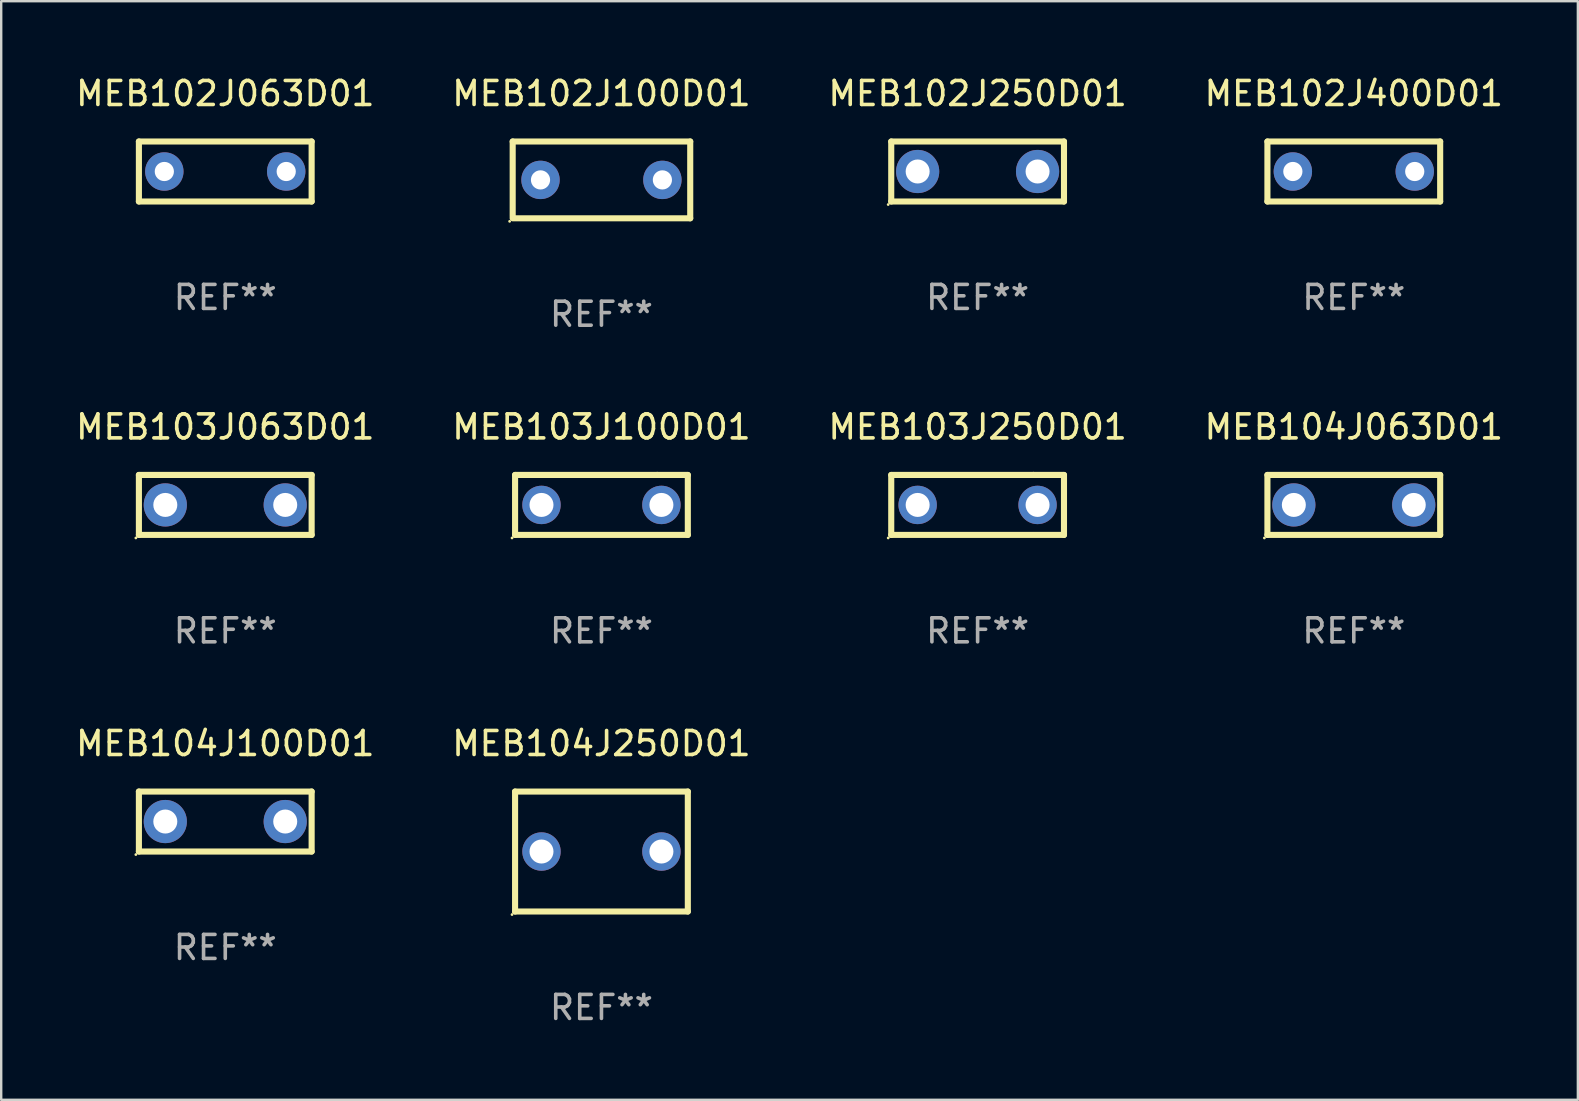
<source format=kicad_pcb>
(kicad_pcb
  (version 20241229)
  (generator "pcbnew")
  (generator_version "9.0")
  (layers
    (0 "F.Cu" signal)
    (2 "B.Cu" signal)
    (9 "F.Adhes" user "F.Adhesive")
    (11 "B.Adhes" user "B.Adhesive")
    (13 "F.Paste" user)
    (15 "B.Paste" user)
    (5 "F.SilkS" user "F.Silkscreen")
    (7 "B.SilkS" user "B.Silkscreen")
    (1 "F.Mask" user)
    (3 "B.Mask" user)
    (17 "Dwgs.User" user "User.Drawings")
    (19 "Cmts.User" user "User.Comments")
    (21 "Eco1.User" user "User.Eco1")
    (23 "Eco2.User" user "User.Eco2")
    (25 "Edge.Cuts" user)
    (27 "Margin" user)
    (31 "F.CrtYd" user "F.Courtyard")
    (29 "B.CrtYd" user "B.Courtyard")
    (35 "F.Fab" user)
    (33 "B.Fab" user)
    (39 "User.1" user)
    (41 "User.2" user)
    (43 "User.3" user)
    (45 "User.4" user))
  (footprint "MEB104J250D01"
    (layer "F.Cu")
    (at 22.018 32.441)
    (property "Reference" "MEB104J250D01" (at 0 -4.5 0) (layer "F.SilkS") (effects (font (size 1 1) (thickness 0.15))))
    (attr through_hole)
    (fp_line (start -3.6 -2.5) (end 3.6 -2.5) (stroke (width 0.254) (type solid)) (layer "F.SilkS"))
    (fp_line (start -3.6 2.5) (end -3.6 -2.5) (stroke (width 0.254) (type solid)) (layer "F.SilkS"))
    (fp_line (start -3.6 2.5) (end 3.6 2.5) (stroke (width 0.254) (type solid)) (layer "F.SilkS"))
    (fp_line (start 3.6 -2.5) (end 3.6 2.5) (stroke (width 0.254) (type solid)) (layer "F.SilkS"))
    (fp_circle (center -3.727 2.627) (end -3.697 2.627) (stroke (width 0.06) (type solid)) (fill no) (layer "F.SilkS"))
    (fp_text user "REF**" (at 0 6.5 0) (layer "F.Fab") (effects (font (size 1 1) (thickness 0.15))))
    (pad "1" thru_hole circle (at -2.499 0) (size 1.6 1.6) (drill 1) (layers "*.Cu" "*.Mask"))
    (pad "2" thru_hole circle (at 2.499 0) (size 1.6 1.6) (drill 1) (layers "*.Cu" "*.Mask")))
  (footprint "MEB102J250D01"
    (layer "F.Cu")
    (at 37.696 4.098)
    (property "Reference" "MEB102J250D01" (at 0 -3.25 0) (layer "F.SilkS") (effects (font (size 1 1) (thickness 0.15))))
    (attr through_hole)
    (fp_line (start -3.6 -1.25) (end 3.6 -1.25) (stroke (width 0.254) (type solid)) (layer "F.SilkS"))
    (fp_line (start -3.6 1.25) (end -3.6 -1.25) (stroke (width 0.254) (type solid)) (layer "F.SilkS"))
    (fp_line (start -3.6 1.25) (end 3.6 1.25) (stroke (width 0.254) (type solid)) (layer "F.SilkS"))
    (fp_line (start 3.6 -1.25) (end 3.6 1.25) (stroke (width 0.254) (type solid)) (layer "F.SilkS"))
    (fp_circle (center -3.727 1.377) (end -3.697 1.377) (stroke (width 0.06) (type solid)) (fill no) (layer "F.SilkS"))
    (fp_text user "REF**" (at 0 5.25 0) (layer "F.Fab") (effects (font (size 1 1) (thickness 0.15))))
    (pad "1" thru_hole circle (at -2.499 -0.000013) (size 1.8 1.8) (drill 1) (layers "*.Cu" "*.Mask"))
    (pad "2" thru_hole circle (at 2.499 -0.000013) (size 1.8 1.8) (drill 1) (layers "*.Cu" "*.Mask")))
  (footprint "MEB102J063D01"
    (layer "F.Cu")
    (at 6.339 4.098)
    (property "Reference" "MEB102J063D01" (at 0 -3.25 0) (layer "F.SilkS") (effects (font (size 1 1) (thickness 0.15))))
    (attr through_hole)
    (fp_line (start -3.6 -1.25) (end -3.6 1.25) (stroke (width 0.254) (type solid)) (layer "F.SilkS"))
    (fp_line (start -3.6 -1.25) (end 3.6 -1.25) (stroke (width 0.254) (type solid)) (layer "F.SilkS"))
    (fp_line (start 3.6 1.25) (end -3.6 1.25) (stroke (width 0.254) (type solid)) (layer "F.SilkS"))
    (fp_line (start 3.6 1.25) (end 3.6 -1.25) (stroke (width 0.254) (type solid)) (layer "F.SilkS"))
    (fp_circle (center -3.6 1.25) (end -3.57 1.25) (stroke (width 0.06) (type solid)) (fill no) (layer "F.SilkS"))
    (fp_text user "REF**" (at 0 5.25 0) (layer "F.Fab") (effects (font (size 1 1) (thickness 0.15))))
    (pad "1" thru_hole circle (at -2.54 0) (size 1.6 1.6) (drill 0.8) (layers "*.Cu" "*.Mask"))
    (pad "2" thru_hole circle (at 2.54 0) (size 1.6 1.6) (drill 0.8) (layers "*.Cu" "*.Mask")))
  (footprint "MEB103J250D01"
    (layer "F.Cu")
    (at 37.696 17.995)
    (property "Reference" "MEB103J250D01" (at 0 -3.25 0) (layer "F.SilkS") (effects (font (size 1 1) (thickness 0.15))))
    (attr through_hole)
    (fp_line (start -3.6 1.25) (end -3.6 -1.25) (stroke (width 0.254) (type solid)) (layer "F.SilkS"))
    (fp_line (start -3.6 1.25) (end 3.6 1.25) (stroke (width 0.254) (type solid)) (layer "F.SilkS"))
    (fp_line (start -3.6 -1.25) (end 2.326 -1.25) (stroke (width 0.254) (type solid)) (layer "F.SilkS"))
    (fp_line (start 2.326 -1.25) (end 2.326 -1.25) (stroke (width 0.254) (type solid)) (layer "F.SilkS"))
    (fp_line (start 2.326 -1.25) (end 3.6 -1.25) (stroke (width 0.254) (type solid)) (layer "F.SilkS"))
    (fp_line (start 3.6 -1.25) (end 3.6 1.25) (stroke (width 0.254) (type solid)) (layer "F.SilkS"))
    (fp_circle (center -3.727 1.377) (end -3.697 1.377) (stroke (width 0.06) (type solid)) (fill no) (layer "F.SilkS"))
    (fp_text user "REF**" (at 0 5.25 0) (layer "F.Fab") (effects (font (size 1 1) (thickness 0.15))))
    (pad "1" thru_hole circle (at -2.499 -0.000013) (size 1.6 1.6) (drill 1) (layers "*.Cu" "*.Mask"))
    (pad "2" thru_hole circle (at 2.499 -0.000013) (size 1.6 1.6) (drill 1) (layers "*.Cu" "*.Mask")))
  (footprint "MEB102J100D01"
    (layer "F.Cu")
    (at 22.018 4.448)
    (property "Reference" "MEB102J100D01" (at 0 -3.6 0) (layer "F.SilkS") (effects (font (size 1 1) (thickness 0.15))))
    (attr through_hole)
    (fp_line (start -3.7 -1.6) (end -3.7 1.524) (stroke (width 0.254) (type solid)) (layer "F.SilkS"))
    (fp_line (start -3.7 -1.6) (end 3.7 -1.6) (stroke (width 0.254) (type solid)) (layer "F.SilkS"))
    (fp_line (start -3.7 1.6) (end 3.7 1.6) (stroke (width 0.254) (type solid)) (layer "F.SilkS"))
    (fp_line (start 3.7 -1.6) (end 3.7 1.6) (stroke (width 0.254) (type solid)) (layer "F.SilkS"))
    (fp_circle (center -3.827 1.727) (end -3.797 1.727) (stroke (width 0.06) (type solid)) (fill no) (layer "F.SilkS"))
    (fp_text user "REF**" (at 0 5.6 0) (layer "F.Fab") (effects (font (size 1 1) (thickness 0.15))))
    (pad "1" thru_hole circle (at -2.54 0) (size 1.6 1.6) (drill 0.8) (layers "*.Cu" "*.Mask"))
    (pad "2" thru_hole circle (at 2.54 0) (size 1.6 1.6) (drill 0.8) (layers "*.Cu" "*.Mask")))
  (footprint "MEB104J063D01"
    (layer "F.Cu")
    (at 53.375 17.995)
    (property "Reference" "MEB104J063D01" (at 0 -3.25 0) (layer "F.SilkS") (effects (font (size 1 1) (thickness 0.15))))
    (attr through_hole)
    (fp_line (start -3.6 -1.25) (end 3.6 -1.25) (stroke (width 0.254) (type solid)) (layer "F.SilkS"))
    (fp_line (start -3.6 1.25) (end -3.6 -1.25) (stroke (width 0.254) (type solid)) (layer "F.SilkS"))
    (fp_line (start -3.6 1.25) (end 3.6 1.25) (stroke (width 0.254) (type solid)) (layer "F.SilkS"))
    (fp_line (start 3.6 -1.25) (end 3.6 1.25) (stroke (width 0.254) (type solid)) (layer "F.SilkS"))
    (fp_circle (center -3.727 1.377) (end -3.697 1.377) (stroke (width 0.06) (type solid)) (fill no) (layer "F.SilkS"))
    (fp_text user "REF**" (at 0 5.25 0) (layer "F.Fab") (effects (font (size 1 1) (thickness 0.15))))
    (pad "1" thru_hole circle (at -2.499 -0.000013) (size 1.8 1.8) (drill 1) (layers "*.Cu" "*.Mask"))
    (pad "2" thru_hole circle (at 2.499 -0.000013) (size 1.8 1.8) (drill 1) (layers "*.Cu" "*.Mask")))
  (footprint "MEB103J100D01"
    (layer "F.Cu")
    (at 22.018 17.995)
    (property "Reference" "MEB103J100D01" (at 0 -3.25 0) (layer "F.SilkS") (effects (font (size 1 1) (thickness 0.15))))
    (attr through_hole)
    (fp_line (start -3.6 1.25) (end -3.6 -1.25) (stroke (width 0.254) (type solid)) (layer "F.SilkS"))
    (fp_line (start -3.6 1.25) (end 3.6 1.25) (stroke (width 0.254) (type solid)) (layer "F.SilkS"))
    (fp_line (start -3.6 -1.25) (end 2.326 -1.25) (stroke (width 0.254) (type solid)) (layer "F.SilkS"))
    (fp_line (start 2.326 -1.25) (end 2.326 -1.25) (stroke (width 0.254) (type solid)) (layer "F.SilkS"))
    (fp_line (start 2.326 -1.25) (end 3.6 -1.25) (stroke (width 0.254) (type solid)) (layer "F.SilkS"))
    (fp_line (start 3.6 -1.25) (end 3.6 1.25) (stroke (width 0.254) (type solid)) (layer "F.SilkS"))
    (fp_circle (center -3.727 1.377) (end -3.697 1.377) (stroke (width 0.06) (type solid)) (fill no) (layer "F.SilkS"))
    (fp_text user "REF**" (at 0 5.25 0) (layer "F.Fab") (effects (font (size 1 1) (thickness 0.15))))
    (pad "1" thru_hole circle (at -2.499 -0.000013) (size 1.6 1.6) (drill 1) (layers "*.Cu" "*.Mask"))
    (pad "2" thru_hole circle (at 2.499 -0.000013) (size 1.6 1.6) (drill 1) (layers "*.Cu" "*.Mask")))
  (footprint "MEB103J063D01"
    (layer "F.Cu")
    (at 6.339 17.995)
    (property "Reference" "MEB103J063D01" (at 0 -3.25 0) (layer "F.SilkS") (effects (font (size 1 1) (thickness 0.15))))
    (attr through_hole)
    (fp_line (start -3.6 -1.25) (end 3.6 -1.25) (stroke (width 0.254) (type solid)) (layer "F.SilkS"))
    (fp_line (start -3.6 1.25) (end -3.6 -1.25) (stroke (width 0.254) (type solid)) (layer "F.SilkS"))
    (fp_line (start -3.6 1.25) (end 3.6 1.25) (stroke (width 0.254) (type solid)) (layer "F.SilkS"))
    (fp_line (start 3.6 -1.25) (end 3.6 1.25) (stroke (width 0.254) (type solid)) (layer "F.SilkS"))
    (fp_circle (center -3.727 1.377) (end -3.697 1.377) (stroke (width 0.06) (type solid)) (fill no) (layer "F.SilkS"))
    (fp_text user "REF**" (at 0 5.25 0) (layer "F.Fab") (effects (font (size 1 1) (thickness 0.15))))
    (pad "1" thru_hole circle (at -2.499 -0.000013) (size 1.8 1.8) (drill 1) (layers "*.Cu" "*.Mask"))
    (pad "2" thru_hole circle (at 2.499 -0.000013) (size 1.8 1.8) (drill 1) (layers "*.Cu" "*.Mask")))
  (footprint "MEB104J100D01"
    (layer "F.Cu")
    (at 6.339 31.191)
    (property "Reference" "MEB104J100D01" (at 0 -3.25 0) (layer "F.SilkS") (effects (font (size 1 1) (thickness 0.15))))
    (attr through_hole)
    (fp_line (start -3.6 -1.25) (end 3.6 -1.25) (stroke (width 0.254) (type solid)) (layer "F.SilkS"))
    (fp_line (start -3.6 1.25) (end -3.6 -1.25) (stroke (width 0.254) (type solid)) (layer "F.SilkS"))
    (fp_line (start -3.6 1.25) (end 3.6 1.25) (stroke (width 0.254) (type solid)) (layer "F.SilkS"))
    (fp_line (start 3.6 -1.25) (end 3.6 1.25) (stroke (width 0.254) (type solid)) (layer "F.SilkS"))
    (fp_circle (center -3.727 1.377) (end -3.697 1.377) (stroke (width 0.06) (type solid)) (fill no) (layer "F.SilkS"))
    (fp_text user "REF**" (at 0 5.25 0) (layer "F.Fab") (effects (font (size 1 1) (thickness 0.15))))
    (pad "1" thru_hole circle (at -2.499 -0.000013) (size 1.8 1.8) (drill 1) (layers "*.Cu" "*.Mask"))
    (pad "2" thru_hole circle (at 2.499 -0.000013) (size 1.8 1.8) (drill 1) (layers "*.Cu" "*.Mask")))
  (footprint "MEB102J400D01"
    (layer "F.Cu")
    (at 53.375 4.098)
    (property "Reference" "MEB102J400D01" (at 0 -3.25 0) (layer "F.SilkS") (effects (font (size 1 1) (thickness 0.15))))
    (attr through_hole)
    (fp_line (start -3.6 -1.25) (end -3.6 1.25) (stroke (width 0.254) (type solid)) (layer "F.SilkS"))
    (fp_line (start -3.6 -1.25) (end 3.6 -1.25) (stroke (width 0.254) (type solid)) (layer "F.SilkS"))
    (fp_line (start 3.6 1.25) (end -3.6 1.25) (stroke (width 0.254) (type solid)) (layer "F.SilkS"))
    (fp_line (start 3.6 1.25) (end 3.6 -1.25) (stroke (width 0.254) (type solid)) (layer "F.SilkS"))
    (fp_circle (center -3.6 1.25) (end -3.57 1.25) (stroke (width 0.06) (type solid)) (fill no) (layer "F.SilkS"))
    (fp_text user "REF**" (at 0 5.25 0) (layer "F.Fab") (effects (font (size 1 1) (thickness 0.15))))
    (pad "1" thru_hole circle (at -2.54 0) (size 1.6 1.6) (drill 0.8) (layers "*.Cu" "*.Mask"))
    (pad "2" thru_hole circle (at 2.54 0) (size 1.6 1.6) (drill 0.8) (layers "*.Cu" "*.Mask")))
  (gr_rect
    (start -3 -3)
    (end 62.714 42.79)
    (stroke (width 0.1) (type default))
    (fill no)
    (layer "Edge.Cuts")))
</source>
